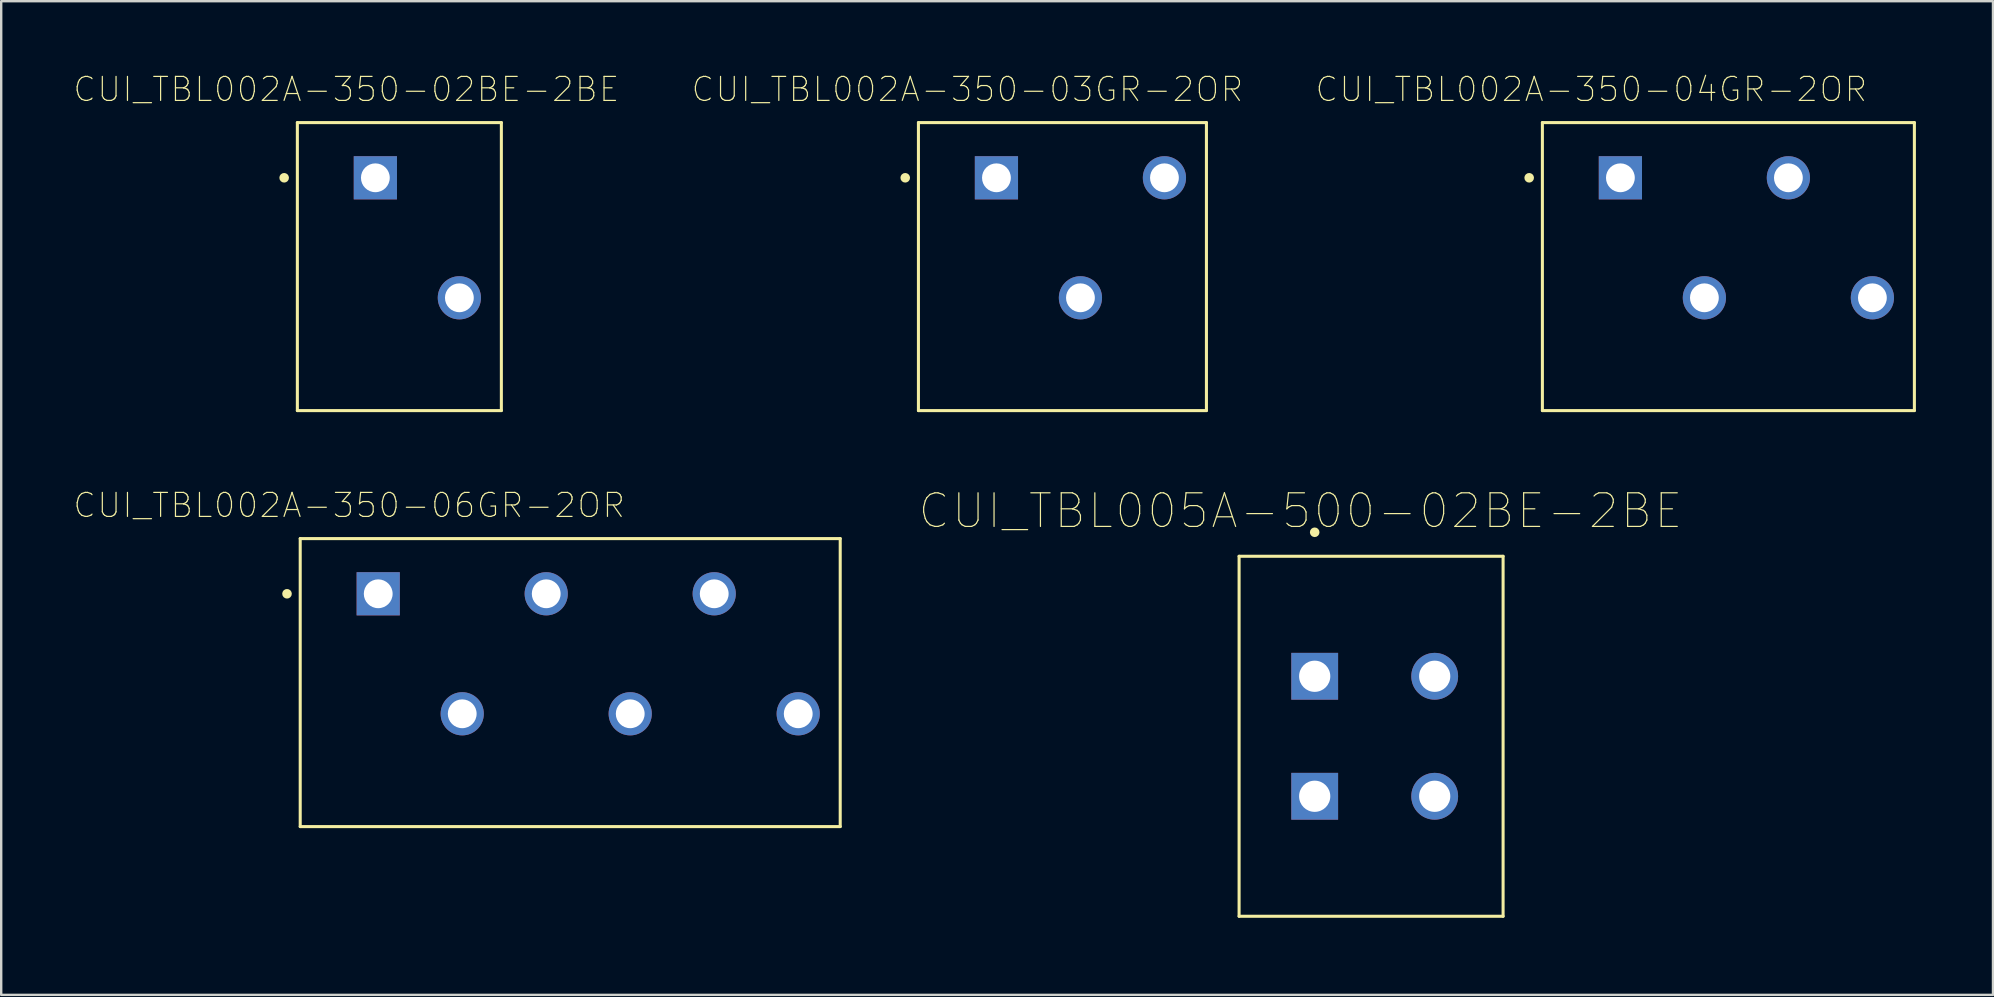
<source format=kicad_pcb>
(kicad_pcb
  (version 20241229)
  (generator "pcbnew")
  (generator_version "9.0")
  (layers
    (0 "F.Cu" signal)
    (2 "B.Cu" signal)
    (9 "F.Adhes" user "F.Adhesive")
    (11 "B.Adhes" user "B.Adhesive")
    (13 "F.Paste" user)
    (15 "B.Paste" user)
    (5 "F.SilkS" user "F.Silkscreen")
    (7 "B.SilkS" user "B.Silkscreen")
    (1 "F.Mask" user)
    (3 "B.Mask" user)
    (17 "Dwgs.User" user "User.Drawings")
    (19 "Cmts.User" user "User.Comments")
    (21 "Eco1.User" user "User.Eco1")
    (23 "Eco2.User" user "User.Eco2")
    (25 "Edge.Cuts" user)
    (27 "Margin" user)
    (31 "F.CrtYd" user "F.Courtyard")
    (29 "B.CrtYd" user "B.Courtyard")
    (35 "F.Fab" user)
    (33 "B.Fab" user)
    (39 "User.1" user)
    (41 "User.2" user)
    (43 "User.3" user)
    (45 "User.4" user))
  (footprint "CUI_TBL002A-350-02BE-2BE"
    (layer "F.Cu")
    (at 12.59 4.358)
    (property "Reference" "CUI_TBL002A-350-02BE-2BE" (at -1.21 -3.685 0) (layer "F.SilkS") (effects (font (size 1 1) (thickness 0.05))))
    (attr through_hole)
    (fp_line (start -3.25 -2.3) (end 5.25 -2.3) (stroke (width 0.127) (type solid)) (layer "F.SilkS"))
    (fp_line (start -3.25 9.7) (end -3.25 -2.3) (stroke (width 0.127) (type solid)) (layer "F.SilkS"))
    (fp_line (start 5.25 -2.3) (end 5.25 9.7) (stroke (width 0.127) (type solid)) (layer "F.SilkS"))
    (fp_line (start 5.25 9.7) (end -3.25 9.7) (stroke (width 0.127) (type solid)) (layer "F.SilkS"))
    (fp_circle (center -3.8 0) (end -3.7 0) (stroke (width 0.2) (type solid)) (fill no) (layer "F.SilkS"))
    (fp_line (start -3.5 -2.55) (end 5.5 -2.55) (stroke (width 0.05) (type solid)) (layer "Eco1.User"))
    (fp_line (start -3.5 9.95) (end -3.5 -2.55) (stroke (width 0.05) (type solid)) (layer "Eco1.User"))
    (fp_line (start 5.5 -2.55) (end 5.5 9.95) (stroke (width 0.05) (type solid)) (layer "Eco1.User"))
    (fp_line (start 5.5 9.95) (end -3.5 9.95) (stroke (width 0.05) (type solid)) (layer "Eco1.User"))
    (fp_line (start -3.25 -2.3) (end 5.25 -2.3) (stroke (width 0.127) (type solid)) (layer "Eco2.User"))
    (fp_line (start -3.25 9.7) (end -3.25 -2.3) (stroke (width 0.127) (type solid)) (layer "Eco2.User"))
    (fp_line (start 5.25 -2.3) (end 5.25 9.7) (stroke (width 0.127) (type solid)) (layer "Eco2.User"))
    (fp_line (start 5.25 9.7) (end -3.25 9.7) (stroke (width 0.127) (type solid)) (layer "Eco2.User"))
    (fp_circle (center -3.8 0) (end -3.7 0) (stroke (width 0.2) (type solid)) (fill no) (layer "Eco2.User"))
    (pad "1" thru_hole rect (at 0 0) (size 1.8 1.8) (drill 1.2) (layers "*.Cu" "*.Mask"))
    (pad "2" thru_hole circle (at 3.5 5) (size 1.8 1.8) (drill 1.2) (layers "*.Cu" "*.Mask")))
  (footprint "CUI_TBL002A-350-04GR-2OR"
    (layer "F.Cu")
    (at 64.466 4.358)
    (property "Reference" "CUI_TBL002A-350-04GR-2OR" (at -1.21 -3.685 0) (layer "F.SilkS") (effects (font (size 1 1) (thickness 0.05))))
    (attr through_hole)
    (fp_line (start -3.25 -2.3) (end 12.25 -2.3) (stroke (width 0.127) (type solid)) (layer "F.SilkS"))
    (fp_line (start -3.25 9.7) (end -3.25 -2.3) (stroke (width 0.127) (type solid)) (layer "F.SilkS"))
    (fp_line (start 12.25 -2.3) (end 12.25 9.7) (stroke (width 0.127) (type solid)) (layer "F.SilkS"))
    (fp_line (start 12.25 9.7) (end -3.25 9.7) (stroke (width 0.127) (type solid)) (layer "F.SilkS"))
    (fp_circle (center -3.8 0) (end -3.7 0) (stroke (width 0.2) (type solid)) (fill no) (layer "F.SilkS"))
    (fp_line (start -3.5 -2.55) (end 12.5 -2.55) (stroke (width 0.05) (type solid)) (layer "Eco1.User"))
    (fp_line (start -3.5 9.95) (end -3.5 -2.55) (stroke (width 0.05) (type solid)) (layer "Eco1.User"))
    (fp_line (start 12.5 -2.55) (end 12.5 9.95) (stroke (width 0.05) (type solid)) (layer "Eco1.User"))
    (fp_line (start 12.5 9.95) (end -3.5 9.95) (stroke (width 0.05) (type solid)) (layer "Eco1.User"))
    (fp_line (start -3.25 -2.3) (end 12.25 -2.3) (stroke (width 0.127) (type solid)) (layer "Eco2.User"))
    (fp_line (start -3.25 9.7) (end -3.25 -2.3) (stroke (width 0.127) (type solid)) (layer "Eco2.User"))
    (fp_line (start 12.25 -2.3) (end 12.25 9.7) (stroke (width 0.127) (type solid)) (layer "Eco2.User"))
    (fp_line (start 12.25 9.7) (end -3.25 9.7) (stroke (width 0.127) (type solid)) (layer "Eco2.User"))
    (fp_circle (center -3.8 0) (end -3.7 0) (stroke (width 0.2) (type solid)) (fill no) (layer "Eco2.User"))
    (pad "1" thru_hole rect (at 0 0) (size 1.8 1.8) (drill 1.2) (layers "*.Cu" "*.Mask"))
    (pad "2" thru_hole circle (at 3.5 5) (size 1.8 1.8) (drill 1.2) (layers "*.Cu" "*.Mask"))
    (pad "3" thru_hole circle (at 7 0) (size 1.8 1.8) (drill 1.2) (layers "*.Cu" "*.Mask"))
    (pad "4" thru_hole circle (at 10.5 5) (size 1.8 1.8) (drill 1.2) (layers "*.Cu" "*.Mask")))
  (footprint "CUI_TBL002A-350-06GR-2OR"
    (layer "F.Cu")
    (at 12.709 21.691)
    (property "Reference" "CUI_TBL002A-350-06GR-2OR" (at -1.21 -3.685 0) (layer "F.SilkS") (effects (font (size 1 1) (thickness 0.05))))
    (attr through_hole)
    (fp_line (start -3.25 -2.3) (end 19.25 -2.3) (stroke (width 0.127) (type solid)) (layer "F.SilkS"))
    (fp_line (start -3.25 9.7) (end -3.25 -2.3) (stroke (width 0.127) (type solid)) (layer "F.SilkS"))
    (fp_line (start 19.25 -2.3) (end 19.25 9.7) (stroke (width 0.127) (type solid)) (layer "F.SilkS"))
    (fp_line (start 19.25 9.7) (end -3.25 9.7) (stroke (width 0.127) (type solid)) (layer "F.SilkS"))
    (fp_circle (center -3.8 0) (end -3.7 0) (stroke (width 0.2) (type solid)) (fill no) (layer "F.SilkS"))
    (fp_line (start -3.5 -2.55) (end 19.5 -2.55) (stroke (width 0.05) (type solid)) (layer "Eco1.User"))
    (fp_line (start -3.5 9.95) (end -3.5 -2.55) (stroke (width 0.05) (type solid)) (layer "Eco1.User"))
    (fp_line (start 19.5 -2.55) (end 19.5 9.95) (stroke (width 0.05) (type solid)) (layer "Eco1.User"))
    (fp_line (start 19.5 9.95) (end -3.5 9.95) (stroke (width 0.05) (type solid)) (layer "Eco1.User"))
    (fp_line (start -3.25 -2.3) (end 19.25 -2.3) (stroke (width 0.127) (type solid)) (layer "Eco2.User"))
    (fp_line (start -3.25 9.7) (end -3.25 -2.3) (stroke (width 0.127) (type solid)) (layer "Eco2.User"))
    (fp_line (start 19.25 -2.3) (end 19.25 9.7) (stroke (width 0.127) (type solid)) (layer "Eco2.User"))
    (fp_line (start 19.25 9.7) (end -3.25 9.7) (stroke (width 0.127) (type solid)) (layer "Eco2.User"))
    (fp_circle (center -3.8 0) (end -3.7 0) (stroke (width 0.2) (type solid)) (fill no) (layer "Eco2.User"))
    (pad "1" thru_hole rect (at 0 0) (size 1.8 1.8) (drill 1.2) (layers "*.Cu" "*.Mask"))
    (pad "2" thru_hole circle (at 3.5 5) (size 1.8 1.8) (drill 1.2) (layers "*.Cu" "*.Mask"))
    (pad "3" thru_hole circle (at 7 0) (size 1.8 1.8) (drill 1.2) (layers "*.Cu" "*.Mask"))
    (pad "4" thru_hole circle (at 10.5 5) (size 1.8 1.8) (drill 1.2) (layers "*.Cu" "*.Mask"))
    (pad "5" thru_hole circle (at 14 0) (size 1.8 1.8) (drill 1.2) (layers "*.Cu" "*.Mask"))
    (pad "6" thru_hole circle (at 17.5 5) (size 1.8 1.8) (drill 1.2) (layers "*.Cu" "*.Mask")))
  (footprint "CUI_TBL005A-500-02BE-2BE"
    (layer "F.Cu")
    (at 51.729 25.128)
    (property "Reference" "CUI_TBL005A-500-02BE-2BE" (at -0.594 -6.889 0) (layer "F.SilkS") (effects (font (size 1.4 1.4) (thickness 0.05))))
    (attr through_hole)
    (fp_line (start -3.15 -5) (end 7.85 -5) (stroke (width 0.127) (type solid)) (layer "F.SilkS"))
    (fp_line (start -3.15 10) (end -3.15 -5) (stroke (width 0.127) (type solid)) (layer "F.SilkS"))
    (fp_line (start 7.85 -5) (end 7.85 10) (stroke (width 0.127) (type solid)) (layer "F.SilkS"))
    (fp_line (start 7.85 10) (end -3.15 10) (stroke (width 0.127) (type solid)) (layer "F.SilkS"))
    (fp_circle (center 0 -6) (end 0.1 -6) (stroke (width 0.2) (type solid)) (fill no) (layer "F.SilkS"))
    (fp_line (start -3.4 -5.25) (end 8.1 -5.25) (stroke (width 0.05) (type solid)) (layer "Eco1.User"))
    (fp_line (start -3.4 10.25) (end -3.4 -5.25) (stroke (width 0.05) (type solid)) (layer "Eco1.User"))
    (fp_line (start 8.1 -5.25) (end 8.1 10.25) (stroke (width 0.05) (type solid)) (layer "Eco1.User"))
    (fp_line (start 8.1 10.25) (end -3.4 10.25) (stroke (width 0.05) (type solid)) (layer "Eco1.User"))
    (fp_line (start -3.15 -5) (end 7.85 -5) (stroke (width 0.127) (type solid)) (layer "Eco2.User"))
    (fp_line (start -3.15 10) (end -3.15 -5) (stroke (width 0.127) (type solid)) (layer "Eco2.User"))
    (fp_line (start 7.85 -5) (end 7.85 10) (stroke (width 0.127) (type solid)) (layer "Eco2.User"))
    (fp_line (start 7.85 10) (end -3.15 10) (stroke (width 0.127) (type solid)) (layer "Eco2.User"))
    (fp_circle (center 0 -6) (end 0.1 -6) (stroke (width 0.2) (type solid)) (fill no) (layer "Eco2.User"))
    (pad "1_A" thru_hole rect (at 0 0) (size 1.95 1.95) (drill 1.3) (layers "*.Cu" "*.Mask"))
    (pad "1_B" thru_hole rect (at 0 5) (size 1.95 1.95) (drill 1.3) (layers "*.Cu" "*.Mask"))
    (pad "2_A" thru_hole circle (at 5 0) (size 1.95 1.95) (drill 1.3) (layers "*.Cu" "*.Mask"))
    (pad "2_B" thru_hole circle (at 5 5) (size 1.95 1.95) (drill 1.3) (layers "*.Cu" "*.Mask")))
  (footprint "CUI_TBL002A-350-03GR-2OR"
    (layer "F.Cu")
    (at 38.468 4.358)
    (property "Reference" "CUI_TBL002A-350-03GR-2OR" (at -1.21 -3.685 0) (layer "F.SilkS") (effects (font (size 1 1) (thickness 0.05))))
    (attr through_hole)
    (fp_line (start -3.25 -2.3) (end 8.75 -2.3) (stroke (width 0.127) (type solid)) (layer "F.SilkS"))
    (fp_line (start -3.25 9.7) (end -3.25 -2.3) (stroke (width 0.127) (type solid)) (layer "F.SilkS"))
    (fp_line (start 8.75 -2.3) (end 8.75 9.7) (stroke (width 0.127) (type solid)) (layer "F.SilkS"))
    (fp_line (start 8.75 9.7) (end -3.25 9.7) (stroke (width 0.127) (type solid)) (layer "F.SilkS"))
    (fp_circle (center -3.8 0) (end -3.7 0) (stroke (width 0.2) (type solid)) (fill no) (layer "F.SilkS"))
    (fp_line (start -3.5 -2.55) (end 9 -2.55) (stroke (width 0.05) (type solid)) (layer "Eco1.User"))
    (fp_line (start -3.5 9.95) (end -3.5 -2.55) (stroke (width 0.05) (type solid)) (layer "Eco1.User"))
    (fp_line (start 9 -2.55) (end 9 9.95) (stroke (width 0.05) (type solid)) (layer "Eco1.User"))
    (fp_line (start 9 9.95) (end -3.5 9.95) (stroke (width 0.05) (type solid)) (layer "Eco1.User"))
    (fp_line (start -3.25 -2.3) (end 8.75 -2.3) (stroke (width 0.127) (type solid)) (layer "Eco2.User"))
    (fp_line (start -3.25 9.7) (end -3.25 -2.3) (stroke (width 0.127) (type solid)) (layer "Eco2.User"))
    (fp_line (start 8.75 -2.3) (end 8.75 9.7) (stroke (width 0.127) (type solid)) (layer "Eco2.User"))
    (fp_line (start 8.75 9.7) (end -3.25 9.7) (stroke (width 0.127) (type solid)) (layer "Eco2.User"))
    (fp_circle (center -3.8 0) (end -3.7 0) (stroke (width 0.2) (type solid)) (fill no) (layer "Eco2.User"))
    (pad "1" thru_hole rect (at 0 0) (size 1.8 1.8) (drill 1.2) (layers "*.Cu" "*.Mask"))
    (pad "2" thru_hole circle (at 3.5 5) (size 1.8 1.8) (drill 1.2) (layers "*.Cu" "*.Mask"))
    (pad "3" thru_hole circle (at 7 0) (size 1.8 1.8) (drill 1.2) (layers "*.Cu" "*.Mask")))
  (gr_rect
    (start -3 -3)
    (end 79.991 38.404)
    (stroke (width 0.1) (type default))
    (fill no)
    (layer "Edge.Cuts")))
</source>
